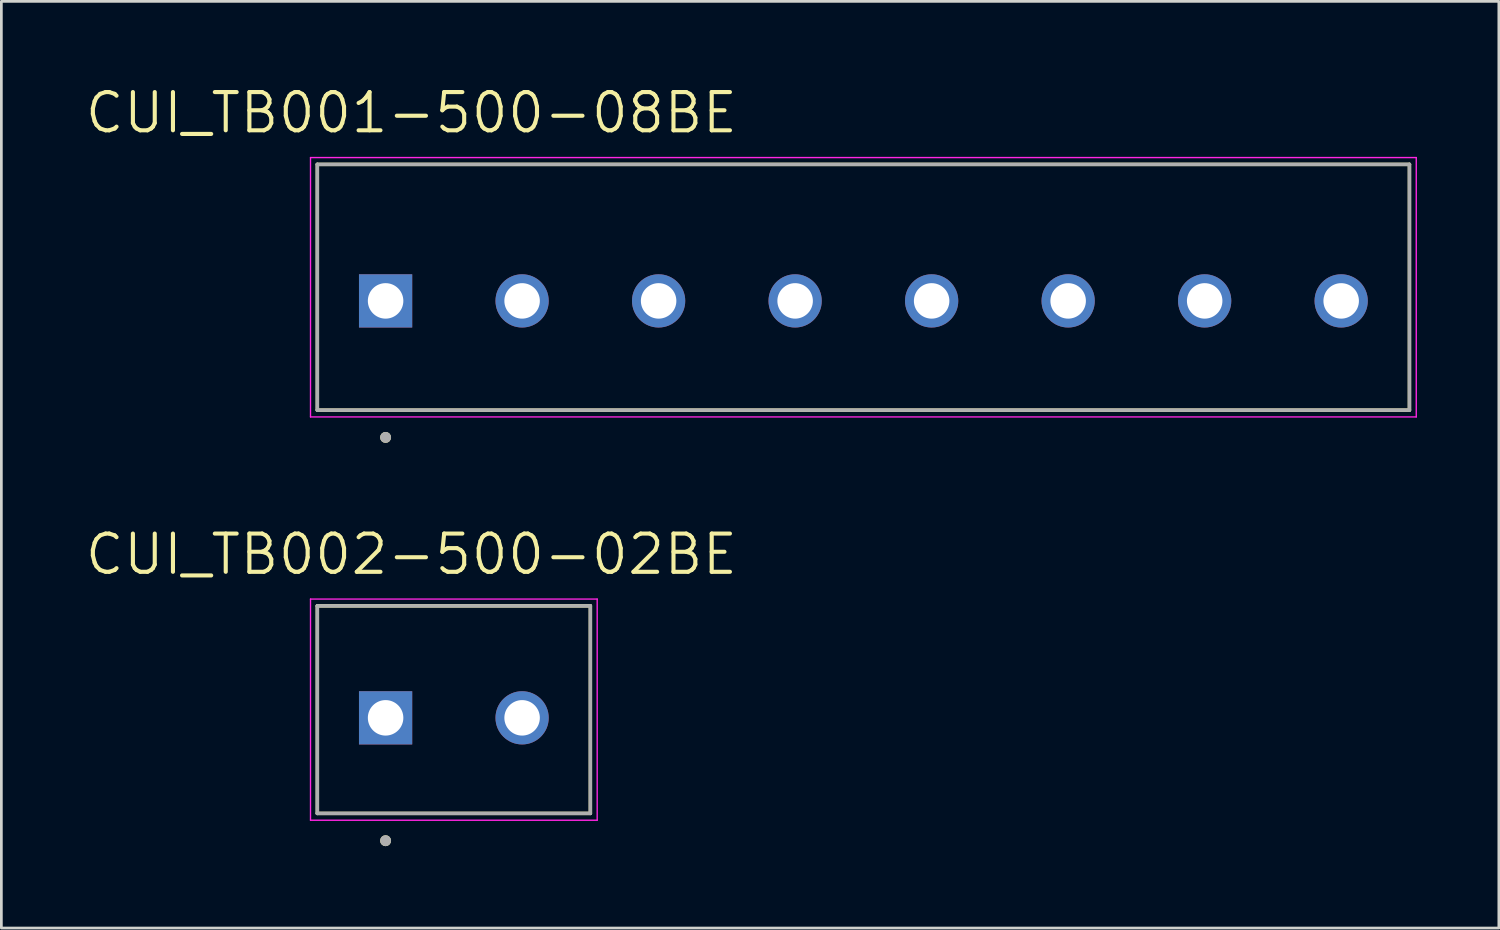
<source format=kicad_pcb>
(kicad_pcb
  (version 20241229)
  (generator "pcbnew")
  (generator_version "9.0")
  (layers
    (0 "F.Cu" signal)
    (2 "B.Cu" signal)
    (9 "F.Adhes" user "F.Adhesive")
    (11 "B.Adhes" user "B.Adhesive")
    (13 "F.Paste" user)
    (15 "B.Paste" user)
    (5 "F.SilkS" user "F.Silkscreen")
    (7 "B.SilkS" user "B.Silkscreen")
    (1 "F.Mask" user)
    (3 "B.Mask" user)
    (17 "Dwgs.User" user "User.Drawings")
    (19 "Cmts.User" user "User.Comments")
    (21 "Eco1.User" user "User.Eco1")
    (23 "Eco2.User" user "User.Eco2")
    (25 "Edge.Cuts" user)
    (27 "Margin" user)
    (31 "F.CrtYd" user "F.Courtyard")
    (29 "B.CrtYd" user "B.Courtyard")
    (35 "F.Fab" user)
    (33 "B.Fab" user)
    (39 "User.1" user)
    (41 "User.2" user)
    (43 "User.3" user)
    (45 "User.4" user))
  (footprint "CUI_TB002-500-02BE"
    (layer "F.Cu")
    (at 11.073 23.242)
    (property "Reference" "CUI_TB002-500-02BE" (at 0.945 -5.989 0) (layer "F.SilkS") (effects (font (size 1.4 1.4) (thickness 0.15))))
    (attr through_hole)
    (fp_line (start -2.5 -4.1) (end 7.5 -4.1) (stroke (width 0.127) (type solid)) (layer "F.SilkS"))
    (fp_line (start -2.5 3.5) (end -2.5 -4.1) (stroke (width 0.127) (type solid)) (layer "F.SilkS"))
    (fp_line (start 7.5 -4.1) (end 7.5 3.5) (stroke (width 0.127) (type solid)) (layer "F.SilkS"))
    (fp_line (start 7.5 3.5) (end -2.5 3.5) (stroke (width 0.127) (type solid)) (layer "F.SilkS"))
    (fp_circle (center 0 4.5) (end 0.1 4.5) (stroke (width 0.2) (type solid)) (fill no) (layer "F.SilkS"))
    (fp_line (start -2.75 -4.35) (end 7.75 -4.35) (stroke (width 0.05) (type solid)) (layer "F.CrtYd"))
    (fp_line (start -2.75 3.75) (end -2.75 -4.35) (stroke (width 0.05) (type solid)) (layer "F.CrtYd"))
    (fp_line (start 7.75 -4.35) (end 7.75 3.75) (stroke (width 0.05) (type solid)) (layer "F.CrtYd"))
    (fp_line (start 7.75 3.75) (end -2.75 3.75) (stroke (width 0.05) (type solid)) (layer "F.CrtYd"))
    (fp_line (start -2.5 -4.1) (end 7.5 -4.1) (stroke (width 0.127) (type solid)) (layer "F.Fab"))
    (fp_line (start -2.5 3.5) (end -2.5 -4.1) (stroke (width 0.127) (type solid)) (layer "F.Fab"))
    (fp_line (start 7.5 -4.1) (end 7.5 3.5) (stroke (width 0.127) (type solid)) (layer "F.Fab"))
    (fp_line (start 7.5 3.5) (end -2.5 3.5) (stroke (width 0.127) (type solid)) (layer "F.Fab"))
    (fp_circle (center 0 4.5) (end 0.1 4.5) (stroke (width 0.2) (type solid)) (fill no) (layer "F.Fab"))
    (pad "1" thru_hole rect (at 0 0) (size 1.95 1.95) (drill 1.3) (layers "*.Cu" "*.Mask"))
    (pad "2" thru_hole circle (at 5 0) (size 1.95 1.95) (drill 1.3) (layers "*.Cu" "*.Mask")))
  (footprint "CUI_TB001-500-08BE"
    (layer "F.Cu")
    (at 11.073 7.971)
    (property "Reference" "CUI_TB001-500-08BE" (at 0.945 -6.889 0) (layer "F.SilkS") (effects (font (size 1.4 1.4) (thickness 0.15))))
    (attr through_hole)
    (fp_line (start -2.5 -5) (end 37.5 -5) (stroke (width 0.127) (type solid)) (layer "F.SilkS"))
    (fp_line (start -2.5 4) (end -2.5 -5) (stroke (width 0.127) (type solid)) (layer "F.SilkS"))
    (fp_line (start 37.5 -5) (end 37.5 4) (stroke (width 0.127) (type solid)) (layer "F.SilkS"))
    (fp_line (start 37.5 4) (end -2.5 4) (stroke (width 0.127) (type solid)) (layer "F.SilkS"))
    (fp_circle (center 0 5) (end 0.1 5) (stroke (width 0.2) (type solid)) (fill no) (layer "F.SilkS"))
    (fp_line (start -2.75 -5.25) (end 37.75 -5.25) (stroke (width 0.05) (type solid)) (layer "F.CrtYd"))
    (fp_line (start -2.75 4.25) (end -2.75 -5.25) (stroke (width 0.05) (type solid)) (layer "F.CrtYd"))
    (fp_line (start 37.75 -5.25) (end 37.75 4.25) (stroke (width 0.05) (type solid)) (layer "F.CrtYd"))
    (fp_line (start 37.75 4.25) (end -2.75 4.25) (stroke (width 0.05) (type solid)) (layer "F.CrtYd"))
    (fp_line (start -2.5 -5) (end 37.5 -5) (stroke (width 0.127) (type solid)) (layer "F.Fab"))
    (fp_line (start -2.5 4) (end -2.5 -5) (stroke (width 0.127) (type solid)) (layer "F.Fab"))
    (fp_line (start 37.5 -5) (end 37.5 4) (stroke (width 0.127) (type solid)) (layer "F.Fab"))
    (fp_line (start 37.5 4) (end -2.5 4) (stroke (width 0.127) (type solid)) (layer "F.Fab"))
    (fp_circle (center 0 5) (end 0.1 5) (stroke (width 0.2) (type solid)) (fill no) (layer "F.Fab"))
    (pad "1" thru_hole rect (at 0 0) (size 1.95 1.95) (drill 1.3) (layers "*.Cu" "*.Mask"))
    (pad "2" thru_hole circle (at 5 0) (size 1.95 1.95) (drill 1.3) (layers "*.Cu" "*.Mask"))
    (pad "3" thru_hole circle (at 10 0) (size 1.95 1.95) (drill 1.3) (layers "*.Cu" "*.Mask"))
    (pad "4" thru_hole circle (at 15 0) (size 1.95 1.95) (drill 1.3) (layers "*.Cu" "*.Mask"))
    (pad "5" thru_hole circle (at 20 0) (size 1.95 1.95) (drill 1.3) (layers "*.Cu" "*.Mask"))
    (pad "6" thru_hole circle (at 25 0) (size 1.95 1.95) (drill 1.3) (layers "*.Cu" "*.Mask"))
    (pad "7" thru_hole circle (at 30 0) (size 1.95 1.95) (drill 1.3) (layers "*.Cu" "*.Mask"))
    (pad "8" thru_hole circle (at 35 0) (size 1.95 1.95) (drill 1.3) (layers "*.Cu" "*.Mask")))
  (gr_rect
    (start -3 -3)
    (end 51.848 30.942)
    (stroke (width 0.1) (type default))
    (fill no)
    (layer "Edge.Cuts")))
</source>
